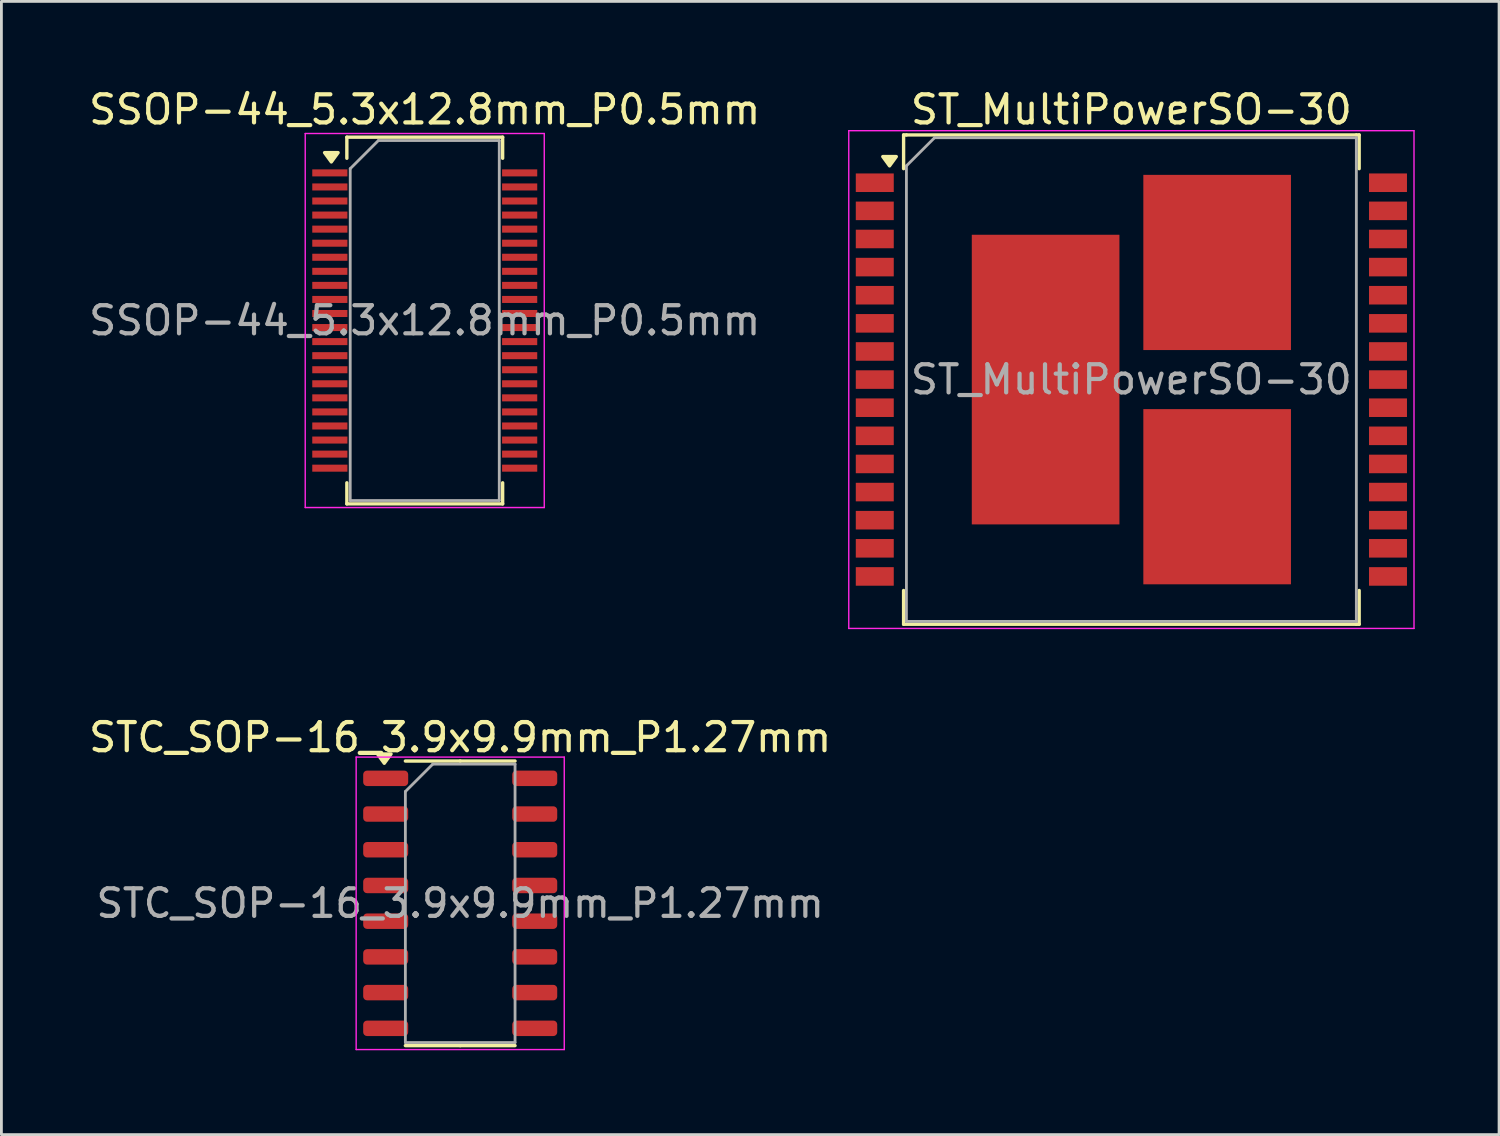
<source format=kicad_pcb>
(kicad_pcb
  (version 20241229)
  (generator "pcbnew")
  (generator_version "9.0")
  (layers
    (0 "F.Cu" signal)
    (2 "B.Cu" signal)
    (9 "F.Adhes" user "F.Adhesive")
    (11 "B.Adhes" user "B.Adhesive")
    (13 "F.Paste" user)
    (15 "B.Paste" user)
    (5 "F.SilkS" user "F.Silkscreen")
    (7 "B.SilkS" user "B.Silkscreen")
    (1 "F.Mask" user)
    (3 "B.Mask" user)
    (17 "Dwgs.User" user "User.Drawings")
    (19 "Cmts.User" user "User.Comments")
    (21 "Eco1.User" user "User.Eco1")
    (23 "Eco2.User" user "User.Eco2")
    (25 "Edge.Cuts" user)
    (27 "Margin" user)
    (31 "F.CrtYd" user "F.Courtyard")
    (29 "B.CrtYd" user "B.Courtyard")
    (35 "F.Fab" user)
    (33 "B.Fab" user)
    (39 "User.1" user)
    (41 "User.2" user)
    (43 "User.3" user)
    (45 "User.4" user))
  (footprint "ST_MultiPowerSO-30"
    (layer "F.Cu")
    (at 37.182 10.448)
    (property "Reference" "ST_MultiPowerSO-30" (at 0 -9.6 0) (layer "F.SilkS") (effects (font (size 1 1) (thickness 0.15))))
    (attr smd)
    (fp_line (start -8.1 -8.7) (end -8.1 -7.5) (stroke (width 0.12) (type solid)) (layer "F.SilkS"))
    (fp_line (start -8.1 8.7) (end -8.1 7.5) (stroke (width 0.12) (type solid)) (layer "F.SilkS"))
    (fp_line (start -8 -8.7) (end -8.1 -8.7) (stroke (width 0.12) (type solid)) (layer "F.SilkS"))
    (fp_line (start 8 -8.7) (end -8 -8.7) (stroke (width 0.12) (type solid)) (layer "F.SilkS"))
    (fp_line (start 8 -8.7) (end 8.1 -8.7) (stroke (width 0.12) (type solid)) (layer "F.SilkS"))
    (fp_line (start 8 8.7) (end -8.1 8.7) (stroke (width 0.12) (type solid)) (layer "F.SilkS"))
    (fp_line (start 8 8.7) (end 8.1 8.7) (stroke (width 0.12) (type solid)) (layer "F.SilkS"))
    (fp_line (start 8.1 -8.7) (end 8.1 -7.5) (stroke (width 0.12) (type solid)) (layer "F.SilkS"))
    (fp_line (start 8.1 8.7) (end 8.1 7.5) (stroke (width 0.12) (type solid)) (layer "F.SilkS"))
    (fp_poly (pts (xy -8.6 -7.6) (xy -8.84 -7.93) (xy -8.36 -7.93) (xy -8.6 -7.6)) (stroke (width 0.12) (type solid)) (fill yes) (layer "F.SilkS"))
    (fp_line (start -10.05 -8.85) (end -10.05 8.85) (stroke (width 0.05) (type solid)) (layer "F.CrtYd"))
    (fp_line (start -10.05 -8.85) (end 10.05 -8.85) (stroke (width 0.05) (type solid)) (layer "F.CrtYd"))
    (fp_line (start 10.05 8.85) (end -10.05 8.85) (stroke (width 0.05) (type solid)) (layer "F.CrtYd"))
    (fp_line (start 10.05 8.85) (end 10.05 -8.85) (stroke (width 0.05) (type solid)) (layer "F.CrtYd"))
    (fp_line (start -8 -7.6) (end -8 8.6) (stroke (width 0.1) (type solid)) (layer "F.Fab"))
    (fp_line (start -8 8.6) (end 8 8.6) (stroke (width 0.1) (type solid)) (layer "F.Fab"))
    (fp_line (start -7 -8.6) (end -8 -7.6) (stroke (width 0.1) (type solid)) (layer "F.Fab"))
    (fp_line (start 8 -8.6) (end -7 -8.6) (stroke (width 0.1) (type solid)) (layer "F.Fab"))
    (fp_line (start 8 8.6) (end 8 -8.6) (stroke (width 0.1) (type solid)) (layer "F.Fab"))
    (fp_text user "${REFERENCE}" (at 0 0 0) (layer "F.Fab") (effects (font (size 1 1) (thickness 0.15))))
    (pad "1" smd rect (at -9.125 -7 270) (size 0.66 1.35) (layers "F.Cu" "F.Mask" "F.Paste"))
    (pad "2" smd rect (at -9.125 -6 270) (size 0.66 1.35) (layers "F.Cu" "F.Mask" "F.Paste"))
    (pad "3" smd rect (at -9.125 -5 270) (size 0.66 1.35) (layers "F.Cu" "F.Mask" "F.Paste"))
    (pad "4" smd rect (at -9.125 -4 270) (size 0.66 1.35) (layers "F.Cu" "F.Mask" "F.Paste"))
    (pad "5" smd rect (at -9.125 -3 270) (size 0.66 1.35) (layers "F.Cu" "F.Mask" "F.Paste"))
    (pad "6" smd rect (at -9.125 -2 270) (size 0.66 1.35) (layers "F.Cu" "F.Mask" "F.Paste"))
    (pad "7" smd rect (at -9.125 -1 270) (size 0.66 1.35) (layers "F.Cu" "F.Mask" "F.Paste"))
    (pad "8" smd rect (at -9.125 0 270) (size 0.66 1.35) (layers "F.Cu" "F.Mask" "F.Paste"))
    (pad "9" smd rect (at -9.125 1 270) (size 0.66 1.35) (layers "F.Cu" "F.Mask" "F.Paste"))
    (pad "10" smd rect (at -9.125 2 270) (size 0.66 1.35) (layers "F.Cu" "F.Mask" "F.Paste"))
    (pad "11" smd rect (at -9.125 3 270) (size 0.66 1.35) (layers "F.Cu" "F.Mask" "F.Paste"))
    (pad "12" smd rect (at -9.125 4 270) (size 0.66 1.35) (layers "F.Cu" "F.Mask" "F.Paste"))
    (pad "13" smd rect (at -9.125 5 270) (size 0.66 1.35) (layers "F.Cu" "F.Mask" "F.Paste"))
    (pad "14" smd rect (at -9.125 6 270) (size 0.66 1.35) (layers "F.Cu" "F.Mask" "F.Paste"))
    (pad "15" smd rect (at -9.125 7 270) (size 0.66 1.35) (layers "F.Cu" "F.Mask" "F.Paste"))
    (pad "16" smd rect (at 9.125 7 270) (size 0.66 1.35) (layers "F.Cu" "F.Mask" "F.Paste"))
    (pad "17" smd rect (at 9.125 6 270) (size 0.66 1.35) (layers "F.Cu" "F.Mask" "F.Paste"))
    (pad "18" smd rect (at 9.125 5 270) (size 0.66 1.35) (layers "F.Cu" "F.Mask" "F.Paste"))
    (pad "19" smd rect (at 9.125 4 270) (size 0.66 1.35) (layers "F.Cu" "F.Mask" "F.Paste"))
    (pad "20" smd rect (at 9.125 3 270) (size 0.66 1.35) (layers "F.Cu" "F.Mask" "F.Paste"))
    (pad "21" smd rect (at 9.125 2 270) (size 0.66 1.35) (layers "F.Cu" "F.Mask" "F.Paste"))
    (pad "22" smd rect (at 9.125 1 270) (size 0.66 1.35) (layers "F.Cu" "F.Mask" "F.Paste"))
    (pad "23" smd rect (at 9.125 0 270) (size 0.66 1.35) (layers "F.Cu" "F.Mask" "F.Paste"))
    (pad "24" smd rect (at 9.125 -1 270) (size 0.66 1.35) (layers "F.Cu" "F.Mask" "F.Paste"))
    (pad "25" smd rect (at 9.125 -2 270) (size 0.66 1.35) (layers "F.Cu" "F.Mask" "F.Paste"))
    (pad "26" smd rect (at 9.125 -3 270) (size 0.66 1.35) (layers "F.Cu" "F.Mask" "F.Paste"))
    (pad "27" smd rect (at 9.125 -4 270) (size 0.66 1.35) (layers "F.Cu" "F.Mask" "F.Paste"))
    (pad "28" smd rect (at 9.125 -5 270) (size 0.66 1.35) (layers "F.Cu" "F.Mask" "F.Paste"))
    (pad "29" smd rect (at 9.125 -6 270) (size 0.66 1.35) (layers "F.Cu" "F.Mask" "F.Paste"))
    (pad "30" smd rect (at 9.125 -7 270) (size 0.66 1.35) (layers "F.Cu" "F.Mask" "F.Paste"))
    (pad "31" smd rect (at -3.05 0) (size 5.25 10.3) (layers "F.Cu" "F.Mask" "F.Paste"))
    (pad "32" smd rect (at 3.05 4.165) (size 5.25 6.23) (layers "F.Cu" "F.Mask" "F.Paste"))
    (pad "33" smd rect (at 3.05 -4.165) (size 5.25 6.23) (layers "F.Cu" "F.Mask" "F.Paste")))
  (footprint "STC_SOP-16_3.9x9.9mm_P1.27mm"
    (layer "F.Cu")
    (at 13.315 29.072)
    (property "Reference" "STC_SOP-16_3.9x9.9mm_P1.27mm" (at 0 -5.9 0) (layer "F.SilkS") (effects (font (size 1 1) (thickness 0.15))))
    (attr smd)
    (fp_line (start 0 -5.06) (end -1.95 -5.06) (stroke (width 0.12) (type solid)) (layer "F.SilkS"))
    (fp_line (start 0 -5.06) (end 1.95 -5.06) (stroke (width 0.12) (type solid)) (layer "F.SilkS"))
    (fp_line (start 0 5.06) (end -1.95 5.06) (stroke (width 0.12) (type solid)) (layer "F.SilkS"))
    (fp_line (start 0 5.06) (end 1.95 5.06) (stroke (width 0.12) (type solid)) (layer "F.SilkS"))
    (fp_poly (pts (xy -2.7 -4.98) (xy -2.94 -5.31) (xy -2.46 -5.31) (xy -2.7 -4.98)) (stroke (width 0.12) (type solid)) (fill yes) (layer "F.SilkS"))
    (fp_line (start -3.7 -5.2) (end -3.7 5.2) (stroke (width 0.05) (type solid)) (layer "F.CrtYd"))
    (fp_line (start -3.7 5.2) (end 3.7 5.2) (stroke (width 0.05) (type solid)) (layer "F.CrtYd"))
    (fp_line (start 3.7 -5.2) (end -3.7 -5.2) (stroke (width 0.05) (type solid)) (layer "F.CrtYd"))
    (fp_line (start 3.7 5.2) (end 3.7 -5.2) (stroke (width 0.05) (type solid)) (layer "F.CrtYd"))
    (fp_line (start -1.95 -3.975) (end -0.975 -4.95) (stroke (width 0.1) (type solid)) (layer "F.Fab"))
    (fp_line (start -1.95 4.95) (end -1.95 -3.975) (stroke (width 0.1) (type solid)) (layer "F.Fab"))
    (fp_line (start -0.975 -4.95) (end 1.95 -4.95) (stroke (width 0.1) (type solid)) (layer "F.Fab"))
    (fp_line (start 1.95 -4.95) (end 1.95 4.95) (stroke (width 0.1) (type solid)) (layer "F.Fab"))
    (fp_line (start 1.95 4.95) (end -1.95 4.95) (stroke (width 0.1) (type solid)) (layer "F.Fab"))
    (fp_text user "${REFERENCE}" (at 0 0 0) (layer "F.Fab") (effects (font (size 0.98 0.98) (thickness 0.15))))
    (pad "1" smd roundrect (at -2.65 -4.445) (size 1.6 0.55) (layers "F.Cu" "F.Mask" "F.Paste") (roundrect_rratio 0.25))
    (pad "2" smd roundrect (at -2.65 -3.175) (size 1.6 0.55) (layers "F.Cu" "F.Mask" "F.Paste") (roundrect_rratio 0.25))
    (pad "3" smd roundrect (at -2.65 -1.905) (size 1.6 0.55) (layers "F.Cu" "F.Mask" "F.Paste") (roundrect_rratio 0.25))
    (pad "4" smd roundrect (at -2.65 -0.635) (size 1.6 0.55) (layers "F.Cu" "F.Mask" "F.Paste") (roundrect_rratio 0.25))
    (pad "5" smd roundrect (at -2.65 0.635) (size 1.6 0.55) (layers "F.Cu" "F.Mask" "F.Paste") (roundrect_rratio 0.25))
    (pad "6" smd roundrect (at -2.65 1.905) (size 1.6 0.55) (layers "F.Cu" "F.Mask" "F.Paste") (roundrect_rratio 0.25))
    (pad "7" smd roundrect (at -2.65 3.175) (size 1.6 0.55) (layers "F.Cu" "F.Mask" "F.Paste") (roundrect_rratio 0.25))
    (pad "8" smd roundrect (at -2.65 4.445) (size 1.6 0.55) (layers "F.Cu" "F.Mask" "F.Paste") (roundrect_rratio 0.25))
    (pad "9" smd roundrect (at 2.65 4.445) (size 1.6 0.55) (layers "F.Cu" "F.Mask" "F.Paste") (roundrect_rratio 0.25))
    (pad "10" smd roundrect (at 2.65 3.175) (size 1.6 0.55) (layers "F.Cu" "F.Mask" "F.Paste") (roundrect_rratio 0.25))
    (pad "11" smd roundrect (at 2.65 1.905) (size 1.6 0.55) (layers "F.Cu" "F.Mask" "F.Paste") (roundrect_rratio 0.25))
    (pad "12" smd roundrect (at 2.65 0.635) (size 1.6 0.55) (layers "F.Cu" "F.Mask" "F.Paste") (roundrect_rratio 0.25))
    (pad "13" smd roundrect (at 2.65 -0.635) (size 1.6 0.55) (layers "F.Cu" "F.Mask" "F.Paste") (roundrect_rratio 0.25))
    (pad "14" smd roundrect (at 2.65 -1.905) (size 1.6 0.55) (layers "F.Cu" "F.Mask" "F.Paste") (roundrect_rratio 0.25))
    (pad "15" smd roundrect (at 2.65 -3.175) (size 1.6 0.55) (layers "F.Cu" "F.Mask" "F.Paste") (roundrect_rratio 0.25))
    (pad "16" smd roundrect (at 2.65 -4.445) (size 1.6 0.55) (layers "F.Cu" "F.Mask" "F.Paste") (roundrect_rratio 0.25)))
  (footprint "SSOP-44_5.3x12.8mm_P0.5mm"
    (layer "F.Cu")
    (at 12.054 8.348)
    (property "Reference" "SSOP-44_5.3x12.8mm_P0.5mm" (at 0 -7.5 0) (layer "F.SilkS") (effects (font (size 1 1) (thickness 0.15))))
    (attr smd)
    (fp_line (start -2.77 -6.52) (end -2.77 -5.77) (stroke (width 0.12) (type solid)) (layer "F.SilkS"))
    (fp_line (start -2.77 -6.52) (end 2.77 -6.52) (stroke (width 0.12) (type solid)) (layer "F.SilkS"))
    (fp_line (start -2.77 6.52) (end -2.77 5.77) (stroke (width 0.12) (type solid)) (layer "F.SilkS"))
    (fp_line (start -2.77 6.52) (end 2.77 6.52) (stroke (width 0.12) (type solid)) (layer "F.SilkS"))
    (fp_line (start 2.77 -6.52) (end 2.77 -5.77) (stroke (width 0.12) (type solid)) (layer "F.SilkS"))
    (fp_line (start 2.77 6.52) (end 2.77 5.77) (stroke (width 0.12) (type solid)) (layer "F.SilkS"))
    (fp_poly (pts (xy -3.322 -5.64) (xy -3.562 -5.97) (xy -3.082 -5.97) (xy -3.322 -5.64)) (stroke (width 0.12) (type solid)) (fill yes) (layer "F.SilkS"))
    (fp_line (start -4.25 -6.65) (end -4.25 6.65) (stroke (width 0.05) (type solid)) (layer "F.CrtYd"))
    (fp_line (start -4.25 -6.65) (end 4.25 -6.65) (stroke (width 0.05) (type solid)) (layer "F.CrtYd"))
    (fp_line (start -4.25 6.65) (end 4.25 6.65) (stroke (width 0.05) (type solid)) (layer "F.CrtYd"))
    (fp_line (start 4.25 -6.65) (end 4.25 6.65) (stroke (width 0.05) (type solid)) (layer "F.CrtYd"))
    (fp_line (start -2.65 -5.4) (end -1.65 -6.4) (stroke (width 0.1) (type solid)) (layer "F.Fab"))
    (fp_line (start -2.65 6.4) (end -2.65 -5.4) (stroke (width 0.1) (type solid)) (layer "F.Fab"))
    (fp_line (start -1.65 -6.4) (end 2.65 -6.4) (stroke (width 0.1) (type solid)) (layer "F.Fab"))
    (fp_line (start 2.65 -6.4) (end 2.65 6.4) (stroke (width 0.1) (type solid)) (layer "F.Fab"))
    (fp_line (start 2.65 6.4) (end -2.65 6.4) (stroke (width 0.1) (type solid)) (layer "F.Fab"))
    (fp_text user "${REFERENCE}" (at 0 0 0) (layer "F.Fab") (effects (font (size 1 1) (thickness 0.15))))
    (pad "1" smd rect (at -3.375 -5.25) (size 1.25 0.25) (layers "F.Cu" "F.Mask" "F.Paste"))
    (pad "2" smd rect (at -3.375 -4.75) (size 1.25 0.25) (layers "F.Cu" "F.Mask" "F.Paste"))
    (pad "3" smd rect (at -3.375 -4.25) (size 1.25 0.25) (layers "F.Cu" "F.Mask" "F.Paste"))
    (pad "4" smd rect (at -3.375 -3.75) (size 1.25 0.25) (layers "F.Cu" "F.Mask" "F.Paste"))
    (pad "5" smd rect (at -3.375 -3.25) (size 1.25 0.25) (layers "F.Cu" "F.Mask" "F.Paste"))
    (pad "6" smd rect (at -3.375 -2.75) (size 1.25 0.25) (layers "F.Cu" "F.Mask" "F.Paste"))
    (pad "7" smd rect (at -3.375 -2.25) (size 1.25 0.25) (layers "F.Cu" "F.Mask" "F.Paste"))
    (pad "8" smd rect (at -3.375 -1.75) (size 1.25 0.25) (layers "F.Cu" "F.Mask" "F.Paste"))
    (pad "9" smd rect (at -3.375 -1.25) (size 1.25 0.25) (layers "F.Cu" "F.Mask" "F.Paste"))
    (pad "10" smd rect (at -3.375 -0.75) (size 1.25 0.25) (layers "F.Cu" "F.Mask" "F.Paste"))
    (pad "11" smd rect (at -3.375 -0.25) (size 1.25 0.25) (layers "F.Cu" "F.Mask" "F.Paste"))
    (pad "12" smd rect (at -3.375 0.25) (size 1.25 0.25) (layers "F.Cu" "F.Mask" "F.Paste"))
    (pad "13" smd rect (at -3.375 0.75) (size 1.25 0.25) (layers "F.Cu" "F.Mask" "F.Paste"))
    (pad "14" smd rect (at -3.375 1.25) (size 1.25 0.25) (layers "F.Cu" "F.Mask" "F.Paste"))
    (pad "15" smd rect (at -3.375 1.75) (size 1.25 0.25) (layers "F.Cu" "F.Mask" "F.Paste"))
    (pad "16" smd rect (at -3.375 2.25) (size 1.25 0.25) (layers "F.Cu" "F.Mask" "F.Paste"))
    (pad "17" smd rect (at -3.375 2.75) (size 1.25 0.25) (layers "F.Cu" "F.Mask" "F.Paste"))
    (pad "18" smd rect (at -3.375 3.25) (size 1.25 0.25) (layers "F.Cu" "F.Mask" "F.Paste"))
    (pad "19" smd rect (at -3.375 3.75) (size 1.25 0.25) (layers "F.Cu" "F.Mask" "F.Paste"))
    (pad "20" smd rect (at -3.375 4.25) (size 1.25 0.25) (layers "F.Cu" "F.Mask" "F.Paste"))
    (pad "21" smd rect (at -3.375 4.75) (size 1.25 0.25) (layers "F.Cu" "F.Mask" "F.Paste"))
    (pad "22" smd rect (at -3.375 5.25) (size 1.25 0.25) (layers "F.Cu" "F.Mask" "F.Paste"))
    (pad "23" smd rect (at 3.375 5.25) (size 1.25 0.25) (layers "F.Cu" "F.Mask" "F.Paste"))
    (pad "24" smd rect (at 3.375 4.75) (size 1.25 0.25) (layers "F.Cu" "F.Mask" "F.Paste"))
    (pad "25" smd rect (at 3.375 4.25) (size 1.25 0.25) (layers "F.Cu" "F.Mask" "F.Paste"))
    (pad "26" smd rect (at 3.375 3.75) (size 1.25 0.25) (layers "F.Cu" "F.Mask" "F.Paste"))
    (pad "27" smd rect (at 3.375 3.25) (size 1.25 0.25) (layers "F.Cu" "F.Mask" "F.Paste"))
    (pad "28" smd rect (at 3.375 2.75) (size 1.25 0.25) (layers "F.Cu" "F.Mask" "F.Paste"))
    (pad "29" smd rect (at 3.375 2.25) (size 1.25 0.25) (layers "F.Cu" "F.Mask" "F.Paste"))
    (pad "30" smd rect (at 3.375 1.75) (size 1.25 0.25) (layers "F.Cu" "F.Mask" "F.Paste"))
    (pad "31" smd rect (at 3.375 1.25) (size 1.25 0.25) (layers "F.Cu" "F.Mask" "F.Paste"))
    (pad "32" smd rect (at 3.375 0.75) (size 1.25 0.25) (layers "F.Cu" "F.Mask" "F.Paste"))
    (pad "33" smd rect (at 3.375 0.25) (size 1.25 0.25) (layers "F.Cu" "F.Mask" "F.Paste"))
    (pad "34" smd rect (at 3.375 -0.25) (size 1.25 0.25) (layers "F.Cu" "F.Mask" "F.Paste"))
    (pad "35" smd rect (at 3.375 -0.75) (size 1.25 0.25) (layers "F.Cu" "F.Mask" "F.Paste"))
    (pad "36" smd rect (at 3.375 -1.25) (size 1.25 0.25) (layers "F.Cu" "F.Mask" "F.Paste"))
    (pad "37" smd rect (at 3.375 -1.75) (size 1.25 0.25) (layers "F.Cu" "F.Mask" "F.Paste"))
    (pad "38" smd rect (at 3.375 -2.25) (size 1.25 0.25) (layers "F.Cu" "F.Mask" "F.Paste"))
    (pad "39" smd rect (at 3.375 -2.75) (size 1.25 0.25) (layers "F.Cu" "F.Mask" "F.Paste"))
    (pad "40" smd rect (at 3.375 -3.25) (size 1.25 0.25) (layers "F.Cu" "F.Mask" "F.Paste"))
    (pad "41" smd rect (at 3.375 -3.75) (size 1.25 0.25) (layers "F.Cu" "F.Mask" "F.Paste"))
    (pad "42" smd rect (at 3.375 -4.25) (size 1.25 0.25) (layers "F.Cu" "F.Mask" "F.Paste"))
    (pad "43" smd rect (at 3.375 -4.75) (size 1.25 0.25) (layers "F.Cu" "F.Mask" "F.Paste"))
    (pad "44" smd rect (at 3.375 -5.25) (size 1.25 0.25) (layers "F.Cu" "F.Mask" "F.Paste")))
  (gr_rect
    (start -3 -3)
    (end 50.257 37.297)
    (stroke (width 0.1) (type default))
    (fill no)
    (layer "Edge.Cuts")))
</source>
